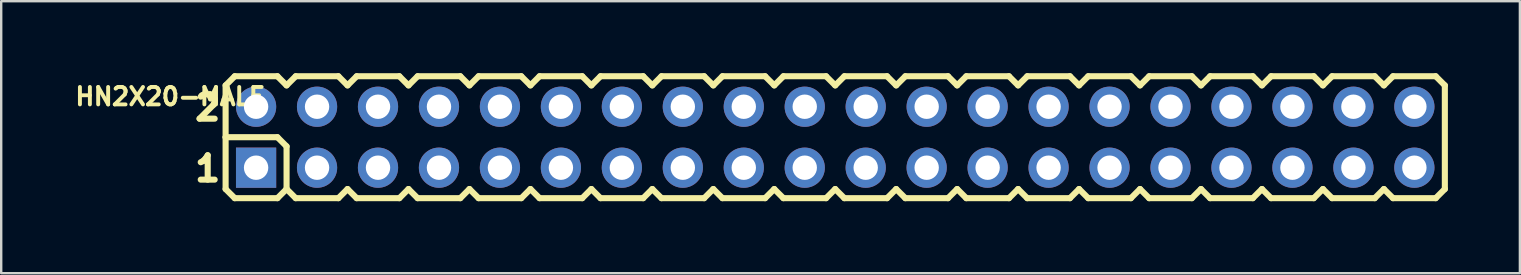
<source format=kicad_pcb>
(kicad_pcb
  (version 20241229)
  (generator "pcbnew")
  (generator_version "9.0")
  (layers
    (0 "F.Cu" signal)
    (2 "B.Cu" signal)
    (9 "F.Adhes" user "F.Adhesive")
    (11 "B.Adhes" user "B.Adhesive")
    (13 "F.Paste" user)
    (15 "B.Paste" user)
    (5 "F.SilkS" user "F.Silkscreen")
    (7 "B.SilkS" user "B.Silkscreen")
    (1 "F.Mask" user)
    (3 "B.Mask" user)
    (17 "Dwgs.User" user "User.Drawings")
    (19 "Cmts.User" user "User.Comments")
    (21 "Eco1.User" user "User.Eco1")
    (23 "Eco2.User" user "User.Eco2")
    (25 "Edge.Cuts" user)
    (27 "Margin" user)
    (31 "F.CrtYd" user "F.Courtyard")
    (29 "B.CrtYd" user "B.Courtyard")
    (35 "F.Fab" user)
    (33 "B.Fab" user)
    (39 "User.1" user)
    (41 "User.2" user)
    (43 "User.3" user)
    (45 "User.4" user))
  (footprint "HN2X20-MALE"
    (layer "F.Cu")
    (at 31.75 2.667)
    (property "Reference" "HN2X20-MALE" (at -31.75 -1.27 0) (unlocked yes) (layer "F.SilkS") (effects (font (size 0.726 0.726) (thickness 0.163)) (justify left bottom)))
    (fp_line (start -25.4 -2.159) (end -25.019 -2.54) (stroke (width 0.254) (type solid)) (layer "F.SilkS"))
    (fp_line (start -25.4 0) (end -25.4 -2.159) (stroke (width 0.254) (type solid)) (layer "F.SilkS"))
    (fp_line (start -25.4 0) (end -23.241 0) (stroke (width 0.254) (type solid)) (layer "F.SilkS"))
    (fp_line (start -25.4 2.159) (end -25.4 0) (stroke (width 0.254) (type solid)) (layer "F.SilkS"))
    (fp_line (start -25.4 2.159) (end -25.019 2.54) (stroke (width 0.254) (type solid)) (layer "F.SilkS"))
    (fp_line (start -25.019 -2.54) (end -23.241 -2.54) (stroke (width 0.254) (type solid)) (layer "F.SilkS"))
    (fp_line (start -25.019 2.54) (end -23.241 2.54) (stroke (width 0.254) (type solid)) (layer "F.SilkS"))
    (fp_line (start -23.241 -2.54) (end -22.86 -2.159) (stroke (width 0.254) (type solid)) (layer "F.SilkS"))
    (fp_line (start -23.241 0) (end -22.86 0.381) (stroke (width 0.254) (type solid)) (layer "F.SilkS"))
    (fp_line (start -22.86 -2.159) (end -22.479 -2.54) (stroke (width 0.254) (type solid)) (layer "F.SilkS"))
    (fp_line (start -22.86 0.381) (end -22.86 2.159) (stroke (width 0.254) (type solid)) (layer "F.SilkS"))
    (fp_line (start -22.86 2.159) (end -23.241 2.54) (stroke (width 0.254) (type solid)) (layer "F.SilkS"))
    (fp_line (start -22.86 2.159) (end -22.479 2.54) (stroke (width 0.254) (type solid)) (layer "F.SilkS"))
    (fp_line (start -22.479 -2.54) (end -20.701 -2.54) (stroke (width 0.254) (type solid)) (layer "F.SilkS"))
    (fp_line (start -20.701 2.54) (end -22.479 2.54) (stroke (width 0.254) (type solid)) (layer "F.SilkS"))
    (fp_line (start -20.32 -2.159) (end -20.701 -2.54) (stroke (width 0.254) (type solid)) (layer "F.SilkS"))
    (fp_line (start -20.32 -2.159) (end -19.939 -2.54) (stroke (width 0.254) (type solid)) (layer "F.SilkS"))
    (fp_line (start -20.32 2.159) (end -20.701 2.54) (stroke (width 0.254) (type solid)) (layer "F.SilkS"))
    (fp_line (start -20.32 2.159) (end -19.939 2.54) (stroke (width 0.254) (type solid)) (layer "F.SilkS"))
    (fp_line (start -19.939 -2.54) (end -18.161 -2.54) (stroke (width 0.254) (type solid)) (layer "F.SilkS"))
    (fp_line (start -18.161 2.54) (end -19.939 2.54) (stroke (width 0.254) (type solid)) (layer "F.SilkS"))
    (fp_line (start -18.161 2.54) (end -17.78 2.159) (stroke (width 0.254) (type solid)) (layer "F.SilkS"))
    (fp_line (start -17.78 -2.159) (end -18.161 -2.54) (stroke (width 0.254) (type solid)) (layer "F.SilkS"))
    (fp_line (start -17.78 -2.159) (end -17.399 -2.54) (stroke (width 0.254) (type solid)) (layer "F.SilkS"))
    (fp_line (start -17.78 2.159) (end -17.399 2.54) (stroke (width 0.254) (type solid)) (layer "F.SilkS"))
    (fp_line (start -17.399 -2.54) (end -15.621 -2.54) (stroke (width 0.254) (type solid)) (layer "F.SilkS"))
    (fp_line (start -15.621 2.54) (end -17.399 2.54) (stroke (width 0.254) (type solid)) (layer "F.SilkS"))
    (fp_line (start -15.621 2.54) (end -15.24 2.159) (stroke (width 0.254) (type solid)) (layer "F.SilkS"))
    (fp_line (start -15.24 -2.159) (end -15.621 -2.54) (stroke (width 0.254) (type solid)) (layer "F.SilkS"))
    (fp_line (start -15.24 -2.159) (end -14.859 -2.54) (stroke (width 0.254) (type solid)) (layer "F.SilkS"))
    (fp_line (start -15.24 2.159) (end -14.859 2.54) (stroke (width 0.254) (type solid)) (layer "F.SilkS"))
    (fp_line (start -14.859 -2.54) (end -13.081 -2.54) (stroke (width 0.254) (type solid)) (layer "F.SilkS"))
    (fp_line (start -13.081 2.54) (end -14.859 2.54) (stroke (width 0.254) (type solid)) (layer "F.SilkS"))
    (fp_line (start -13.081 2.54) (end -12.7 2.159) (stroke (width 0.254) (type solid)) (layer "F.SilkS"))
    (fp_line (start -12.7 -2.159) (end -13.081 -2.54) (stroke (width 0.254) (type solid)) (layer "F.SilkS"))
    (fp_line (start -12.7 -2.159) (end -12.319 -2.54) (stroke (width 0.254) (type solid)) (layer "F.SilkS"))
    (fp_line (start -12.7 2.159) (end -12.319 2.54) (stroke (width 0.254) (type solid)) (layer "F.SilkS"))
    (fp_line (start -12.319 -2.54) (end -10.541 -2.54) (stroke (width 0.254) (type solid)) (layer "F.SilkS"))
    (fp_line (start -12.319 2.54) (end -10.541 2.54) (stroke (width 0.254) (type solid)) (layer "F.SilkS"))
    (fp_line (start -10.541 -2.54) (end -10.16 -2.159) (stroke (width 0.254) (type solid)) (layer "F.SilkS"))
    (fp_line (start -10.16 -2.159) (end -9.779 -2.54) (stroke (width 0.254) (type solid)) (layer "F.SilkS"))
    (fp_line (start -10.16 2.159) (end -10.541 2.54) (stroke (width 0.254) (type solid)) (layer "F.SilkS"))
    (fp_line (start -10.16 2.159) (end -9.779 2.54) (stroke (width 0.254) (type solid)) (layer "F.SilkS"))
    (fp_line (start -9.779 -2.54) (end -8.001 -2.54) (stroke (width 0.254) (type solid)) (layer "F.SilkS"))
    (fp_line (start -8.001 2.54) (end -9.779 2.54) (stroke (width 0.254) (type solid)) (layer "F.SilkS"))
    (fp_line (start -7.62 -2.159) (end -8.001 -2.54) (stroke (width 0.254) (type solid)) (layer "F.SilkS"))
    (fp_line (start -7.62 -2.159) (end -7.239 -2.54) (stroke (width 0.254) (type solid)) (layer "F.SilkS"))
    (fp_line (start -7.62 2.159) (end -8.001 2.54) (stroke (width 0.254) (type solid)) (layer "F.SilkS"))
    (fp_line (start -7.62 2.159) (end -7.239 2.54) (stroke (width 0.254) (type solid)) (layer "F.SilkS"))
    (fp_line (start -7.239 -2.54) (end -5.461 -2.54) (stroke (width 0.254) (type solid)) (layer "F.SilkS"))
    (fp_line (start -5.461 2.54) (end -7.239 2.54) (stroke (width 0.254) (type solid)) (layer "F.SilkS"))
    (fp_line (start -5.461 2.54) (end -5.08 2.159) (stroke (width 0.254) (type solid)) (layer "F.SilkS"))
    (fp_line (start -5.08 -2.159) (end -5.461 -2.54) (stroke (width 0.254) (type solid)) (layer "F.SilkS"))
    (fp_line (start -5.08 -2.159) (end -4.699 -2.54) (stroke (width 0.254) (type solid)) (layer "F.SilkS"))
    (fp_line (start -5.08 2.159) (end -4.699 2.54) (stroke (width 0.254) (type solid)) (layer "F.SilkS"))
    (fp_line (start -4.699 -2.54) (end -2.921 -2.54) (stroke (width 0.254) (type solid)) (layer "F.SilkS"))
    (fp_line (start -2.921 2.54) (end -4.699 2.54) (stroke (width 0.254) (type solid)) (layer "F.SilkS"))
    (fp_line (start -2.921 2.54) (end -2.54 2.159) (stroke (width 0.254) (type solid)) (layer "F.SilkS"))
    (fp_line (start -2.54 -2.159) (end -2.921 -2.54) (stroke (width 0.254) (type solid)) (layer "F.SilkS"))
    (fp_line (start -2.54 -2.159) (end -2.159 -2.54) (stroke (width 0.254) (type solid)) (layer "F.SilkS"))
    (fp_line (start -2.54 2.159) (end -2.159 2.54) (stroke (width 0.254) (type solid)) (layer "F.SilkS"))
    (fp_line (start -2.159 -2.54) (end -0.381 -2.54) (stroke (width 0.254) (type solid)) (layer "F.SilkS"))
    (fp_line (start -0.381 2.54) (end -2.159 2.54) (stroke (width 0.254) (type solid)) (layer "F.SilkS"))
    (fp_line (start -0.381 2.54) (end 0 2.159) (stroke (width 0.254) (type solid)) (layer "F.SilkS"))
    (fp_line (start 0 -2.159) (end -0.381 -2.54) (stroke (width 0.254) (type solid)) (layer "F.SilkS"))
    (fp_line (start 0 -2.159) (end 0.381 -2.54) (stroke (width 0.254) (type solid)) (layer "F.SilkS"))
    (fp_line (start 0 2.159) (end 0.381 2.54) (stroke (width 0.254) (type solid)) (layer "F.SilkS"))
    (fp_line (start 0.381 -2.54) (end 2.159 -2.54) (stroke (width 0.254) (type solid)) (layer "F.SilkS"))
    (fp_line (start 2.159 2.54) (end 0.381 2.54) (stroke (width 0.254) (type solid)) (layer "F.SilkS"))
    (fp_line (start 2.159 2.54) (end 2.54 2.159) (stroke (width 0.254) (type solid)) (layer "F.SilkS"))
    (fp_line (start 2.54 -2.159) (end 2.159 -2.54) (stroke (width 0.254) (type solid)) (layer "F.SilkS"))
    (fp_line (start 2.54 -2.159) (end 2.921 -2.54) (stroke (width 0.254) (type solid)) (layer "F.SilkS"))
    (fp_line (start 2.54 2.159) (end 2.921 2.54) (stroke (width 0.254) (type solid)) (layer "F.SilkS"))
    (fp_line (start 2.921 -2.54) (end 4.699 -2.54) (stroke (width 0.254) (type solid)) (layer "F.SilkS"))
    (fp_line (start 4.699 2.54) (end 2.921 2.54) (stroke (width 0.254) (type solid)) (layer "F.SilkS"))
    (fp_line (start 4.699 2.54) (end 5.08 2.159) (stroke (width 0.254) (type solid)) (layer "F.SilkS"))
    (fp_line (start 5.08 -2.159) (end 4.699 -2.54) (stroke (width 0.254) (type solid)) (layer "F.SilkS"))
    (fp_line (start 5.08 -2.159) (end 5.461 -2.54) (stroke (width 0.254) (type solid)) (layer "F.SilkS"))
    (fp_line (start 5.08 2.159) (end 5.461 2.54) (stroke (width 0.254) (type solid)) (layer "F.SilkS"))
    (fp_line (start 5.461 -2.54) (end 7.239 -2.54) (stroke (width 0.254) (type solid)) (layer "F.SilkS"))
    (fp_line (start 7.239 2.54) (end 5.461 2.54) (stroke (width 0.254) (type solid)) (layer "F.SilkS"))
    (fp_line (start 7.239 2.54) (end 7.62 2.159) (stroke (width 0.254) (type solid)) (layer "F.SilkS"))
    (fp_line (start 7.62 -2.159) (end 7.239 -2.54) (stroke (width 0.254) (type solid)) (layer "F.SilkS"))
    (fp_line (start 7.62 -2.159) (end 8.001 -2.54) (stroke (width 0.254) (type solid)) (layer "F.SilkS"))
    (fp_line (start 7.62 2.159) (end 8.001 2.54) (stroke (width 0.254) (type solid)) (layer "F.SilkS"))
    (fp_line (start 8.001 -2.54) (end 9.779 -2.54) (stroke (width 0.254) (type solid)) (layer "F.SilkS"))
    (fp_line (start 9.779 2.54) (end 8.001 2.54) (stroke (width 0.254) (type solid)) (layer "F.SilkS"))
    (fp_line (start 9.779 2.54) (end 10.16 2.159) (stroke (width 0.254) (type solid)) (layer "F.SilkS"))
    (fp_line (start 10.16 -2.159) (end 9.779 -2.54) (stroke (width 0.254) (type solid)) (layer "F.SilkS"))
    (fp_line (start 10.16 -2.159) (end 10.541 -2.54) (stroke (width 0.254) (type solid)) (layer "F.SilkS"))
    (fp_line (start 10.16 2.159) (end 10.541 2.54) (stroke (width 0.254) (type solid)) (layer "F.SilkS"))
    (fp_line (start 10.541 -2.54) (end 12.319 -2.54) (stroke (width 0.254) (type solid)) (layer "F.SilkS"))
    (fp_line (start 12.319 2.54) (end 10.541 2.54) (stroke (width 0.254) (type solid)) (layer "F.SilkS"))
    (fp_line (start 12.319 2.54) (end 12.7 2.159) (stroke (width 0.254) (type solid)) (layer "F.SilkS"))
    (fp_line (start 12.7 -2.159) (end 12.319 -2.54) (stroke (width 0.254) (type solid)) (layer "F.SilkS"))
    (fp_line (start 12.7 -2.159) (end 13.081 -2.54) (stroke (width 0.254) (type solid)) (layer "F.SilkS"))
    (fp_line (start 12.7 2.159) (end 13.081 2.54) (stroke (width 0.254) (type solid)) (layer "F.SilkS"))
    (fp_line (start 13.081 -2.54) (end 14.859 -2.54) (stroke (width 0.254) (type solid)) (layer "F.SilkS"))
    (fp_line (start 14.859 2.54) (end 13.081 2.54) (stroke (width 0.254) (type solid)) (layer "F.SilkS"))
    (fp_line (start 14.859 2.54) (end 15.24 2.159) (stroke (width 0.254) (type solid)) (layer "F.SilkS"))
    (fp_line (start 15.24 -2.159) (end 14.859 -2.54) (stroke (width 0.254) (type solid)) (layer "F.SilkS"))
    (fp_line (start 15.24 -2.159) (end 15.621 -2.54) (stroke (width 0.254) (type solid)) (layer "F.SilkS"))
    (fp_line (start 15.24 2.159) (end 15.621 2.54) (stroke (width 0.254) (type solid)) (layer "F.SilkS"))
    (fp_line (start 15.621 -2.54) (end 17.399 -2.54) (stroke (width 0.254) (type solid)) (layer "F.SilkS"))
    (fp_line (start 17.399 2.54) (end 15.621 2.54) (stroke (width 0.254) (type solid)) (layer "F.SilkS"))
    (fp_line (start 17.399 2.54) (end 17.78 2.159) (stroke (width 0.254) (type solid)) (layer "F.SilkS"))
    (fp_line (start 17.78 -2.159) (end 17.399 -2.54) (stroke (width 0.254) (type solid)) (layer "F.SilkS"))
    (fp_line (start 17.78 -2.159) (end 18.161 -2.54) (stroke (width 0.254) (type solid)) (layer "F.SilkS"))
    (fp_line (start 17.78 2.159) (end 18.161 2.54) (stroke (width 0.254) (type solid)) (layer "F.SilkS"))
    (fp_line (start 18.161 -2.54) (end 19.939 -2.54) (stroke (width 0.254) (type solid)) (layer "F.SilkS"))
    (fp_line (start 19.939 2.54) (end 18.161 2.54) (stroke (width 0.254) (type solid)) (layer "F.SilkS"))
    (fp_line (start 19.939 2.54) (end 20.32 2.159) (stroke (width 0.254) (type solid)) (layer "F.SilkS"))
    (fp_line (start 20.32 -2.159) (end 19.939 -2.54) (stroke (width 0.254) (type solid)) (layer "F.SilkS"))
    (fp_line (start 20.32 -2.159) (end 20.701 -2.54) (stroke (width 0.254) (type solid)) (layer "F.SilkS"))
    (fp_line (start 20.32 2.159) (end 20.701 2.54) (stroke (width 0.254) (type solid)) (layer "F.SilkS"))
    (fp_line (start 20.701 -2.54) (end 22.479 -2.54) (stroke (width 0.254) (type solid)) (layer "F.SilkS"))
    (fp_line (start 22.479 2.54) (end 20.701 2.54) (stroke (width 0.254) (type solid)) (layer "F.SilkS"))
    (fp_line (start 22.479 2.54) (end 22.86 2.159) (stroke (width 0.254) (type solid)) (layer "F.SilkS"))
    (fp_line (start 22.86 -2.159) (end 22.479 -2.54) (stroke (width 0.254) (type solid)) (layer "F.SilkS"))
    (fp_line (start 22.86 -2.159) (end 23.241 -2.54) (stroke (width 0.254) (type solid)) (layer "F.SilkS"))
    (fp_line (start 22.86 2.159) (end 23.241 2.54) (stroke (width 0.254) (type solid)) (layer "F.SilkS"))
    (fp_line (start 23.241 -2.54) (end 25.019 -2.54) (stroke (width 0.254) (type solid)) (layer "F.SilkS"))
    (fp_line (start 25.019 2.54) (end 23.241 2.54) (stroke (width 0.254) (type solid)) (layer "F.SilkS"))
    (fp_line (start 25.019 2.54) (end 25.4 2.159) (stroke (width 0.254) (type solid)) (layer "F.SilkS"))
    (fp_line (start 25.4 -2.159) (end 25.019 -2.54) (stroke (width 0.254) (type solid)) (layer "F.SilkS"))
    (fp_line (start 25.4 -2.159) (end 25.4 2.159) (stroke (width 0.254) (type solid)) (layer "F.SilkS"))
    (fp_text user "1" (at -26.797 1.905 0) (layer "F.SilkS") (effects (font (size 1.016 1.016) (thickness 0.254)) (justify left bottom)))
    (fp_text user "2" (at -26.797 -0.635 0) (layer "F.SilkS") (effects (font (size 1.016 1.016) (thickness 0.254)) (justify left bottom)))
    (pad "1" thru_hole rect (at -24.13 1.27) (size 1.676 1.676) (drill 1.016) (layers "*.Cu" "*.Mask"))
    (pad "2" thru_hole circle (at -24.13 -1.27) (size 1.676 1.676) (drill 1.016) (layers "*.Cu" "*.Mask"))
    (pad "3" thru_hole circle (at -21.59 1.27) (size 1.676 1.676) (drill 1.016) (layers "*.Cu" "*.Mask"))
    (pad "4" thru_hole circle (at -21.59 -1.27) (size 1.676 1.676) (drill 1.016) (layers "*.Cu" "*.Mask"))
    (pad "5" thru_hole circle (at -19.05 1.27) (size 1.676 1.676) (drill 1.016) (layers "*.Cu" "*.Mask"))
    (pad "6" thru_hole circle (at -19.05 -1.27) (size 1.676 1.676) (drill 1.016) (layers "*.Cu" "*.Mask"))
    (pad "7" thru_hole circle (at -16.51 1.27) (size 1.676 1.676) (drill 1.016) (layers "*.Cu" "*.Mask"))
    (pad "8" thru_hole circle (at -16.51 -1.27) (size 1.676 1.676) (drill 1.016) (layers "*.Cu" "*.Mask"))
    (pad "9" thru_hole circle (at -13.97 1.27) (size 1.676 1.676) (drill 1.016) (layers "*.Cu" "*.Mask"))
    (pad "10" thru_hole circle (at -13.97 -1.27) (size 1.676 1.676) (drill 1.016) (layers "*.Cu" "*.Mask"))
    (pad "11" thru_hole circle (at -11.43 1.27) (size 1.676 1.676) (drill 1.016) (layers "*.Cu" "*.Mask"))
    (pad "12" thru_hole circle (at -11.43 -1.27) (size 1.676 1.676) (drill 1.016) (layers "*.Cu" "*.Mask"))
    (pad "13" thru_hole circle (at -8.89 1.27) (size 1.676 1.676) (drill 1.016) (layers "*.Cu" "*.Mask"))
    (pad "14" thru_hole circle (at -8.89 -1.27) (size 1.676 1.676) (drill 1.016) (layers "*.Cu" "*.Mask"))
    (pad "15" thru_hole circle (at -6.35 1.27) (size 1.676 1.676) (drill 1.016) (layers "*.Cu" "*.Mask"))
    (pad "16" thru_hole circle (at -6.35 -1.27) (size 1.676 1.676) (drill 1.016) (layers "*.Cu" "*.Mask"))
    (pad "17" thru_hole circle (at -3.81 1.27) (size 1.676 1.676) (drill 1.016) (layers "*.Cu" "*.Mask"))
    (pad "18" thru_hole circle (at -3.81 -1.27) (size 1.676 1.676) (drill 1.016) (layers "*.Cu" "*.Mask"))
    (pad "19" thru_hole circle (at -1.27 1.27) (size 1.676 1.676) (drill 1.016) (layers "*.Cu" "*.Mask"))
    (pad "20" thru_hole circle (at -1.27 -1.27) (size 1.676 1.676) (drill 1.016) (layers "*.Cu" "*.Mask"))
    (pad "21" thru_hole circle (at 1.27 1.27) (size 1.676 1.676) (drill 1.016) (layers "*.Cu" "*.Mask"))
    (pad "22" thru_hole circle (at 1.27 -1.27) (size 1.676 1.676) (drill 1.016) (layers "*.Cu" "*.Mask"))
    (pad "23" thru_hole circle (at 3.81 1.27) (size 1.676 1.676) (drill 1.016) (layers "*.Cu" "*.Mask"))
    (pad "24" thru_hole circle (at 3.81 -1.27) (size 1.676 1.676) (drill 1.016) (layers "*.Cu" "*.Mask"))
    (pad "25" thru_hole circle (at 6.35 1.27) (size 1.676 1.676) (drill 1.016) (layers "*.Cu" "*.Mask"))
    (pad "26" thru_hole circle (at 6.35 -1.27) (size 1.676 1.676) (drill 1.016) (layers "*.Cu" "*.Mask"))
    (pad "27" thru_hole circle (at 8.89 1.27) (size 1.676 1.676) (drill 1.016) (layers "*.Cu" "*.Mask"))
    (pad "28" thru_hole circle (at 8.89 -1.27) (size 1.676 1.676) (drill 1.016) (layers "*.Cu" "*.Mask"))
    (pad "29" thru_hole circle (at 11.43 1.27) (size 1.676 1.676) (drill 1.016) (layers "*.Cu" "*.Mask"))
    (pad "30" thru_hole circle (at 11.43 -1.27) (size 1.676 1.676) (drill 1.016) (layers "*.Cu" "*.Mask"))
    (pad "31" thru_hole circle (at 13.97 1.27) (size 1.676 1.676) (drill 1.016) (layers "*.Cu" "*.Mask"))
    (pad "32" thru_hole circle (at 13.97 -1.27) (size 1.676 1.676) (drill 1.016) (layers "*.Cu" "*.Mask"))
    (pad "33" thru_hole circle (at 16.51 1.27) (size 1.676 1.676) (drill 1.016) (layers "*.Cu" "*.Mask"))
    (pad "34" thru_hole circle (at 16.51 -1.27) (size 1.676 1.676) (drill 1.016) (layers "*.Cu" "*.Mask"))
    (pad "35" thru_hole circle (at 19.05 1.27) (size 1.676 1.676) (drill 1.016) (layers "*.Cu" "*.Mask"))
    (pad "36" thru_hole circle (at 19.05 -1.27) (size 1.676 1.676) (drill 1.016) (layers "*.Cu" "*.Mask"))
    (pad "37" thru_hole circle (at 21.59 1.27) (size 1.676 1.676) (drill 1.016) (layers "*.Cu" "*.Mask"))
    (pad "38" thru_hole circle (at 21.59 -1.27) (size 1.676 1.676) (drill 1.016) (layers "*.Cu" "*.Mask"))
    (pad "39" thru_hole circle (at 24.13 1.27) (size 1.676 1.676) (drill 1.016) (layers "*.Cu" "*.Mask"))
    (pad "40" thru_hole circle (at 24.13 -1.27) (size 1.676 1.676) (drill 1.016) (layers "*.Cu" "*.Mask")))
  (gr_rect
    (start -3 -3)
    (end 60.277 8.334)
    (stroke (width 0.1) (type default))
    (fill no)
    (layer "Edge.Cuts")))
</source>
